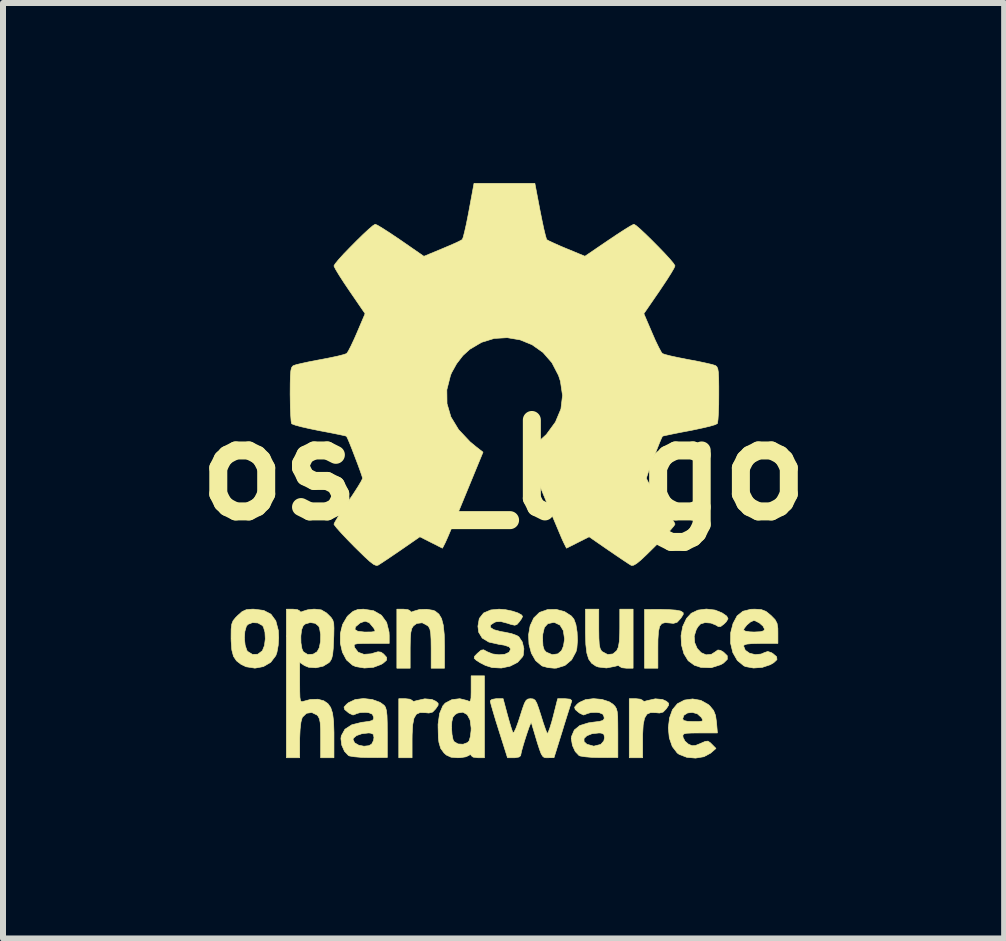
<source format=kicad_pcb>
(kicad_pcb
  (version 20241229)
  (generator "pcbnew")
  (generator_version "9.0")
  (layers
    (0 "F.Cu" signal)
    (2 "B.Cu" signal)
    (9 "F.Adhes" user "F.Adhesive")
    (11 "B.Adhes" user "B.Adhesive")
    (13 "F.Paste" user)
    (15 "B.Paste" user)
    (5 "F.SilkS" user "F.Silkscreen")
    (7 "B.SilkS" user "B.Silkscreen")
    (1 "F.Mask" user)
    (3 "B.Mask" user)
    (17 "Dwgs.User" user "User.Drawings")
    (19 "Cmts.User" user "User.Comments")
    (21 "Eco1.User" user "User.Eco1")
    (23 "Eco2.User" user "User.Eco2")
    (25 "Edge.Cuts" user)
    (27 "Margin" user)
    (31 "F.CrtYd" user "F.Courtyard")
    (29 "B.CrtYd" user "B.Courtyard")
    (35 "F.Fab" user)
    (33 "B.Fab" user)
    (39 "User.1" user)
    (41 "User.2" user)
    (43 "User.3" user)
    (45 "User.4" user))
  (footprint "osh_logo"
    (layer "F.Cu")
    (at 5.341 4.783)
    (property "Reference" "osh_logo" (at 0 0 0) (layer "F.SilkS") (effects (font (size 1.524 1.524) (thickness 0.3))))
    (attr through_hole)
    (fp_poly (pts (xy 2.758 2.326) (xy 2.871 2.334) (xy 2.945 2.348) (xy 2.959 2.353) (xy 2.994 2.377) (xy 2.994 2.407) (xy 2.957 2.465) (xy 2.949 2.475) (xy 2.892 2.537) (xy 2.831 2.555) (xy 2.774 2.549) (xy 2.694 2.542) (xy 2.638 2.557) (xy 2.602 2.603) (xy 2.582 2.689) (xy 2.573 2.824) (xy 2.572 2.957) (xy 2.572 3.302) (xy 2.349 3.302) (xy 2.349 2.323) (xy 2.625 2.322) (xy 2.758 2.326)) (stroke (width 0.01) (type solid)) (fill yes) (layer "F.SilkS"))
    (fp_poly (pts (xy -1.562 3.818) (xy -1.525 3.837) (xy -1.524 3.841) (xy -1.499 3.856) (xy -1.443 3.841) (xy -1.312 3.812) (xy -1.193 3.823) (xy -1.128 3.853) (xy -1.09 3.886) (xy -1.09 3.919) (xy -1.129 3.977) (xy -1.13 3.978) (xy -1.182 4.033) (xy -1.244 4.049) (xy -1.306 4.043) (xy -1.391 4.041) (xy -1.452 4.068) (xy -1.492 4.134) (xy -1.514 4.245) (xy -1.523 4.409) (xy -1.524 4.484) (xy -1.524 4.794) (xy -1.746 4.794) (xy -1.746 3.81) (xy -1.635 3.81) (xy -1.562 3.818)) (stroke (width 0.01) (type solid)) (fill yes) (layer "F.SilkS"))
    (fp_poly (pts (xy 2.28 3.818) (xy 2.317 3.837) (xy 2.318 3.841) (xy 2.343 3.856) (xy 2.399 3.841) (xy 2.529 3.812) (xy 2.649 3.823) (xy 2.714 3.853) (xy 2.751 3.886) (xy 2.751 3.919) (xy 2.713 3.977) (xy 2.712 3.978) (xy 2.659 4.033) (xy 2.598 4.049) (xy 2.536 4.043) (xy 2.451 4.041) (xy 2.39 4.068) (xy 2.35 4.134) (xy 2.327 4.245) (xy 2.318 4.409) (xy 2.318 4.484) (xy 2.318 4.794) (xy 2.095 4.794) (xy 2.095 3.81) (xy 2.207 3.81) (xy 2.28 3.818)) (stroke (width 0.01) (type solid)) (fill yes) (layer "F.SilkS"))
    (fp_poly (pts (xy 1.587 2.646) (xy 1.589 2.8) (xy 1.595 2.903) (xy 1.608 2.969) (xy 1.629 3.01) (xy 1.646 3.027) (xy 1.735 3.074) (xy 1.823 3.064) (xy 1.887 3.009) (xy 1.913 2.951) (xy 1.929 2.859) (xy 1.936 2.721) (xy 1.937 2.628) (xy 1.937 2.318) (xy 2.159 2.318) (xy 2.159 3.302) (xy 2.048 3.302) (xy 1.974 3.294) (xy 1.938 3.275) (xy 1.937 3.271) (xy 1.911 3.256) (xy 1.855 3.271) (xy 1.716 3.298) (xy 1.58 3.282) (xy 1.537 3.266) (xy 1.468 3.219) (xy 1.419 3.15) (xy 1.388 3.049) (xy 1.371 2.906) (xy 1.365 2.71) (xy 1.365 2.686) (xy 1.365 2.318) (xy 1.587 2.318) (xy 1.587 2.646)) (stroke (width 0.01) (type solid)) (fill yes) (layer "F.SilkS"))
    (fp_poly (pts (xy -1.593 2.326) (xy -1.557 2.346) (xy -1.556 2.351) (xy -1.536 2.367) (xy -1.494 2.351) (xy -1.401 2.324) (xy -1.283 2.32) (xy -1.175 2.337) (xy -1.141 2.35) (xy -1.078 2.4) (xy -1.033 2.475) (xy -1.004 2.586) (xy -0.988 2.741) (xy -0.984 2.935) (xy -0.984 3.302) (xy -1.206 3.302) (xy -1.206 2.974) (xy -1.208 2.82) (xy -1.214 2.717) (xy -1.227 2.651) (xy -1.248 2.61) (xy -1.265 2.593) (xy -1.355 2.545) (xy -1.447 2.556) (xy -1.503 2.598) (xy -1.529 2.64) (xy -1.545 2.706) (xy -1.553 2.809) (xy -1.556 2.962) (xy -1.556 2.979) (xy -1.556 3.302) (xy -1.778 3.302) (xy -1.778 2.318) (xy -1.667 2.318) (xy -1.593 2.326)) (stroke (width 0.01) (type solid)) (fill yes) (layer "F.SilkS"))
    (fp_poly (pts (xy 3.525 2.333) (xy 3.643 2.381) (xy 3.719 2.434) (xy 3.741 2.478) (xy 3.71 2.529) (xy 3.675 2.564) (xy 3.619 2.607) (xy 3.577 2.607) (xy 3.542 2.585) (xy 3.457 2.55) (xy 3.358 2.542) (xy 3.283 2.564) (xy 3.241 2.609) (xy 3.212 2.657) (xy 3.177 2.769) (xy 3.186 2.878) (xy 3.227 2.973) (xy 3.293 3.043) (xy 3.375 3.079) (xy 3.464 3.07) (xy 3.527 3.03) (xy 3.572 2.998) (xy 3.615 3.004) (xy 3.666 3.034) (xy 3.728 3.094) (xy 3.729 3.154) (xy 3.667 3.215) (xy 3.62 3.243) (xy 3.46 3.294) (xy 3.288 3.288) (xy 3.182 3.254) (xy 3.077 3.177) (xy 3.005 3.059) (xy 2.965 2.914) (xy 2.958 2.759) (xy 2.986 2.607) (xy 3.049 2.473) (xy 3.128 2.387) (xy 3.239 2.334) (xy 3.38 2.316) (xy 3.525 2.333)) (stroke (width 0.01) (type solid)) (fill yes) (layer "F.SilkS"))
    (fp_poly (pts (xy 1.017 2.359) (xy 1.131 2.433) (xy 1.173 2.485) (xy 1.206 2.575) (xy 1.226 2.701) (xy 1.232 2.841) (xy 1.222 2.968) (xy 1.208 3.026) (xy 1.134 3.163) (xy 1.022 3.257) (xy 0.883 3.3) (xy 0.847 3.302) (xy 0.742 3.292) (xy 0.652 3.268) (xy 0.638 3.262) (xy 0.535 3.176) (xy 0.464 3.052) (xy 0.424 2.903) (xy 0.42 2.817) (xy 0.651 2.817) (xy 0.657 2.93) (xy 0.678 2.997) (xy 0.713 3.035) (xy 0.811 3.076) (xy 0.904 3.063) (xy 0.967 3.009) (xy 0.999 2.931) (xy 1.015 2.829) (xy 1.016 2.81) (xy 0.996 2.675) (xy 0.941 2.584) (xy 0.854 2.542) (xy 0.828 2.54) (xy 0.738 2.56) (xy 0.681 2.622) (xy 0.654 2.735) (xy 0.651 2.817) (xy 0.42 2.817) (xy 0.417 2.746) (xy 0.443 2.595) (xy 0.503 2.466) (xy 0.597 2.374) (xy 0.6 2.372) (xy 0.733 2.325) (xy 0.878 2.322) (xy 1.017 2.359)) (stroke (width 0.01) (type solid)) (fill yes) (layer "F.SilkS"))
    (fp_poly (pts (xy -3.996 2.339) (xy -3.875 2.403) (xy -3.795 2.513) (xy -3.753 2.672) (xy -3.747 2.796) (xy -3.755 2.922) (xy -3.776 3.037) (xy -3.795 3.092) (xy -3.88 3.204) (xy -4.002 3.275) (xy -4.143 3.301) (xy -4.29 3.278) (xy -4.374 3.238) (xy -4.45 3.179) (xy -4.5 3.104) (xy -4.528 2.999) (xy -4.539 2.851) (xy -4.54 2.805) (xy -4.318 2.805) (xy -4.306 2.919) (xy -4.277 3.005) (xy -4.265 3.022) (xy -4.184 3.072) (xy -4.095 3.069) (xy -4.02 3.012) (xy -4.018 3.009) (xy -3.984 2.924) (xy -3.97 2.813) (xy -3.976 2.7) (xy -4.002 2.613) (xy -4.019 2.59) (xy -4.094 2.548) (xy -4.183 2.542) (xy -4.258 2.571) (xy -4.285 2.601) (xy -4.311 2.691) (xy -4.318 2.805) (xy -4.54 2.805) (xy -4.54 2.773) (xy -4.539 2.649) (xy -4.529 2.568) (xy -4.507 2.511) (xy -4.464 2.458) (xy -4.432 2.426) (xy -4.357 2.359) (xy -4.287 2.327) (xy -4.191 2.318) (xy -4.161 2.318) (xy -3.996 2.339)) (stroke (width 0.01) (type solid)) (fill yes) (layer "F.SilkS"))
    (fp_poly (pts (xy -0.318 4.794) (xy -0.429 4.794) (xy -0.506 4.784) (xy -0.539 4.759) (xy -0.54 4.756) (xy -0.549 4.734) (xy -0.578 4.756) (xy -0.631 4.779) (xy -0.72 4.793) (xy -0.764 4.794) (xy -0.875 4.785) (xy -0.953 4.749) (xy -0.992 4.714) (xy -1.047 4.639) (xy -1.077 4.537) (xy -1.086 4.462) (xy -1.09 4.296) (xy -0.866 4.296) (xy -0.859 4.404) (xy -0.842 4.49) (xy -0.826 4.524) (xy -0.759 4.564) (xy -0.674 4.569) (xy -0.599 4.541) (xy -0.573 4.511) (xy -0.553 4.442) (xy -0.541 4.342) (xy -0.54 4.299) (xy -0.557 4.166) (xy -0.605 4.076) (xy -0.677 4.035) (xy -0.765 4.049) (xy -0.808 4.075) (xy -0.844 4.119) (xy -0.862 4.195) (xy -0.866 4.296) (xy -1.09 4.296) (xy -1.091 4.237) (xy -1.066 4.058) (xy -1.012 3.93) (xy -0.972 3.884) (xy -0.861 3.826) (xy -0.729 3.81) (xy -0.607 3.84) (xy -0.601 3.843) (xy -0.569 3.856) (xy -0.551 3.844) (xy -0.542 3.796) (xy -0.54 3.7) (xy -0.54 3.652) (xy -0.54 3.429) (xy -0.318 3.429) (xy -0.318 4.794)) (stroke (width 0.01) (type solid)) (fill yes) (layer "F.SilkS"))
    (fp_poly (pts (xy -2.165 2.344) (xy -2.035 2.419) (xy -1.948 2.539) (xy -1.908 2.7) (xy -1.905 2.759) (xy -1.905 2.889) (xy -2.206 2.889) (xy -2.345 2.89) (xy -2.431 2.893) (xy -2.476 2.902) (xy -2.49 2.92) (xy -2.484 2.95) (xy -2.48 2.961) (xy -2.422 3.036) (xy -2.326 3.071) (xy -2.206 3.062) (xy -2.172 3.051) (xy -2.092 3.028) (xy -2.041 3.035) (xy -1.998 3.066) (xy -1.948 3.122) (xy -1.948 3.166) (xy -2.001 3.214) (xy -2.04 3.239) (xy -2.168 3.287) (xy -2.319 3.299) (xy -2.462 3.275) (xy -2.516 3.252) (xy -2.617 3.164) (xy -2.685 3.036) (xy -2.72 2.884) (xy -2.719 2.725) (xy -2.703 2.657) (xy -2.477 2.657) (xy -2.428 2.687) (xy -2.319 2.699) (xy -2.298 2.699) (xy -2.198 2.698) (xy -2.149 2.69) (xy -2.142 2.671) (xy -2.163 2.633) (xy -2.166 2.629) (xy -2.237 2.544) (xy -2.307 2.518) (xy -2.386 2.546) (xy -2.394 2.551) (xy -2.466 2.611) (xy -2.477 2.657) (xy -2.703 2.657) (xy -2.682 2.573) (xy -2.607 2.444) (xy -2.586 2.421) (xy -2.507 2.354) (xy -2.429 2.324) (xy -2.334 2.318) (xy -2.165 2.344)) (stroke (width 0.01) (type solid)) (fill yes) (layer "F.SilkS"))
    (fp_poly (pts (xy 3.288 3.838) (xy 3.412 3.907) (xy 3.438 3.931) (xy 3.5 4.006) (xy 3.533 4.089) (xy 3.549 4.205) (xy 3.564 4.381) (xy 3.272 4.381) (xy 3.135 4.382) (xy 3.05 4.386) (xy 3.005 4.397) (xy 2.989 4.416) (xy 2.99 4.448) (xy 2.99 4.452) (xy 3.024 4.518) (xy 3.081 4.568) (xy 3.141 4.593) (xy 3.198 4.59) (xy 3.28 4.557) (xy 3.282 4.556) (xy 3.36 4.522) (xy 3.406 4.517) (xy 3.446 4.544) (xy 3.471 4.569) (xy 3.54 4.639) (xy 3.451 4.717) (xy 3.339 4.777) (xy 3.199 4.8) (xy 3.054 4.787) (xy 2.927 4.738) (xy 2.894 4.714) (xy 2.812 4.607) (xy 2.762 4.462) (xy 2.746 4.296) (xy 2.764 4.147) (xy 2.985 4.147) (xy 3.004 4.174) (xy 3.07 4.188) (xy 3.163 4.191) (xy 3.263 4.19) (xy 3.312 4.183) (xy 3.319 4.163) (xy 3.298 4.124) (xy 3.294 4.12) (xy 3.23 4.062) (xy 3.147 4.039) (xy 3.066 4.048) (xy 3.005 4.087) (xy 2.985 4.147) (xy 2.764 4.147) (xy 2.767 4.127) (xy 2.815 3.993) (xy 2.898 3.893) (xy 3.015 3.833) (xy 3.15 3.814) (xy 3.288 3.838)) (stroke (width 0.01) (type solid)) (fill yes) (layer "F.SilkS"))
    (fp_poly (pts (xy 4.295 2.325) (xy 4.373 2.355) (xy 4.454 2.421) (xy 4.459 2.425) (xy 4.525 2.493) (xy 4.558 2.555) (xy 4.571 2.636) (xy 4.572 2.71) (xy 4.572 2.889) (xy 4.286 2.889) (xy 4.143 2.892) (xy 4.054 2.9) (xy 4.01 2.915) (xy 4 2.932) (xy 4.028 3.002) (xy 4.099 3.052) (xy 4.193 3.075) (xy 4.292 3.066) (xy 4.347 3.042) (xy 4.403 3.023) (xy 4.466 3.044) (xy 4.491 3.06) (xy 4.551 3.112) (xy 4.556 3.159) (xy 4.502 3.21) (xy 4.444 3.244) (xy 4.312 3.288) (xy 4.166 3.299) (xy 4.033 3.275) (xy 4.004 3.262) (xy 3.896 3.173) (xy 3.821 3.042) (xy 3.783 2.883) (xy 3.785 2.711) (xy 3.796 2.667) (xy 4 2.667) (xy 4.029 2.684) (xy 4.103 2.696) (xy 4.175 2.699) (xy 4.282 2.694) (xy 4.336 2.678) (xy 4.35 2.653) (xy 4.324 2.601) (xy 4.264 2.548) (xy 4.195 2.513) (xy 4.168 2.508) (xy 4.116 2.531) (xy 4.055 2.582) (xy 4.01 2.639) (xy 4 2.667) (xy 3.796 2.667) (xy 3.824 2.558) (xy 3.892 2.43) (xy 3.988 2.353) (xy 4.121 2.32) (xy 4.188 2.318) (xy 4.295 2.325)) (stroke (width 0.01) (type solid)) (fill yes) (layer "F.SilkS"))
    (fp_poly (pts (xy -2.186 3.824) (xy -2.056 3.872) (xy -1.989 3.921) (xy -1.967 3.953) (xy -1.952 4.006) (xy -1.942 4.09) (xy -1.938 4.216) (xy -1.937 4.382) (xy -1.937 4.79) (xy -2.23 4.791) (xy -2.367 4.788) (xy -2.484 4.778) (xy -2.564 4.765) (xy -2.583 4.758) (xy -2.65 4.688) (xy -2.696 4.584) (xy -2.708 4.49) (xy -2.508 4.49) (xy -2.481 4.546) (xy -2.413 4.585) (xy -2.326 4.602) (xy -2.243 4.593) (xy -2.197 4.566) (xy -2.166 4.505) (xy -2.159 4.455) (xy -2.171 4.402) (xy -2.219 4.383) (xy -2.252 4.381) (xy -2.362 4.394) (xy -2.451 4.425) (xy -2.502 4.469) (xy -2.508 4.49) (xy -2.708 4.49) (xy -2.71 4.473) (xy -2.703 4.428) (xy -2.643 4.319) (xy -2.529 4.245) (xy -2.361 4.203) (xy -2.338 4.201) (xy -2.235 4.187) (xy -2.182 4.171) (xy -2.164 4.143) (xy -2.165 4.115) (xy -2.187 4.068) (xy -2.245 4.044) (xy -2.296 4.038) (xy -2.387 4.041) (xy -2.454 4.06) (xy -2.461 4.065) (xy -2.508 4.082) (xy -2.569 4.054) (xy -2.585 4.043) (xy -2.648 3.99) (xy -2.658 3.95) (xy -2.615 3.902) (xy -2.583 3.876) (xy -2.472 3.824) (xy -2.332 3.807) (xy -2.186 3.824)) (stroke (width 0.01) (type solid)) (fill yes) (layer "F.SilkS"))
    (fp_poly (pts (xy 0.034 2.327) (xy 0.145 2.35) (xy 0.24 2.381) (xy 0.302 2.416) (xy 0.317 2.44) (xy 0.299 2.478) (xy 0.261 2.531) (xy 0.224 2.573) (xy 0.187 2.586) (xy 0.126 2.573) (xy 0.065 2.553) (xy -0.045 2.524) (xy -0.123 2.528) (xy -0.149 2.537) (xy -0.216 2.581) (xy -0.22 2.622) (xy -0.165 2.659) (xy -0.052 2.69) (xy 0.026 2.703) (xy 0.134 2.726) (xy 0.224 2.759) (xy 0.256 2.78) (xy 0.313 2.866) (xy 0.339 2.978) (xy 0.329 3.084) (xy 0.318 3.11) (xy 0.235 3.204) (xy 0.11 3.268) (xy -0.037 3.299) (xy -0.191 3.291) (xy -0.302 3.256) (xy -0.388 3.212) (xy -0.454 3.17) (xy -0.489 3.137) (xy -0.484 3.105) (xy -0.436 3.055) (xy -0.431 3.051) (xy -0.374 3.002) (xy -0.332 2.995) (xy -0.275 3.026) (xy -0.272 3.028) (xy -0.183 3.064) (xy -0.076 3.078) (xy 0.023 3.069) (xy 0.091 3.037) (xy 0.094 3.034) (xy 0.119 2.983) (xy 0.093 2.945) (xy 0.011 2.918) (xy -0.083 2.903) (xy -0.246 2.866) (xy -0.355 2.8) (xy -0.414 2.703) (xy -0.427 2.603) (xy -0.404 2.473) (xy -0.332 2.382) (xy -0.212 2.331) (xy -0.074 2.318) (xy 0.034 2.327)) (stroke (width 0.01) (type solid)) (fill yes) (layer "F.SilkS"))
    (fp_poly (pts (xy 1.64 3.822) (xy 1.764 3.863) (xy 1.825 3.904) (xy 1.858 3.938) (xy 1.88 3.975) (xy 1.894 4.026) (xy 1.902 4.104) (xy 1.904 4.222) (xy 1.905 4.385) (xy 1.905 4.79) (xy 1.611 4.791) (xy 1.475 4.788) (xy 1.358 4.778) (xy 1.278 4.765) (xy 1.259 4.758) (xy 1.195 4.691) (xy 1.148 4.589) (xy 1.13 4.481) (xy 1.13 4.474) (xy 1.341 4.474) (xy 1.342 4.526) (xy 1.389 4.569) (xy 1.503 4.601) (xy 1.62 4.572) (xy 1.621 4.571) (xy 1.671 4.514) (xy 1.683 4.46) (xy 1.672 4.403) (xy 1.627 4.383) (xy 1.59 4.381) (xy 1.473 4.394) (xy 1.388 4.428) (xy 1.341 4.474) (xy 1.13 4.474) (xy 1.133 4.44) (xy 1.179 4.332) (xy 1.271 4.257) (xy 1.414 4.213) (xy 1.488 4.202) (xy 1.596 4.189) (xy 1.654 4.173) (xy 1.676 4.148) (xy 1.676 4.115) (xy 1.655 4.068) (xy 1.597 4.044) (xy 1.546 4.038) (xy 1.455 4.041) (xy 1.388 4.06) (xy 1.38 4.065) (xy 1.334 4.082) (xy 1.273 4.054) (xy 1.257 4.043) (xy 1.195 3.991) (xy 1.184 3.951) (xy 1.225 3.903) (xy 1.262 3.873) (xy 1.365 3.826) (xy 1.499 3.809) (xy 1.64 3.822)) (stroke (width 0.01) (type solid)) (fill yes) (layer "F.SilkS"))
    (fp_poly (pts (xy 0.063 4.072) (xy 0.098 4.197) (xy 0.129 4.3) (xy 0.152 4.365) (xy 0.156 4.375) (xy 0.175 4.366) (xy 0.206 4.304) (xy 0.246 4.195) (xy 0.272 4.114) (xy 0.316 3.976) (xy 0.348 3.887) (xy 0.376 3.838) (xy 0.406 3.816) (xy 0.445 3.81) (xy 0.451 3.81) (xy 0.493 3.814) (xy 0.525 3.834) (xy 0.553 3.882) (xy 0.585 3.969) (xy 0.623 4.088) (xy 0.662 4.213) (xy 0.697 4.314) (xy 0.722 4.377) (xy 0.728 4.389) (xy 0.744 4.371) (xy 0.77 4.303) (xy 0.803 4.197) (xy 0.826 4.111) (xy 0.902 3.81) (xy 1.026 3.81) (xy 1.111 3.818) (xy 1.137 3.842) (xy 1.136 3.85) (xy 1.122 3.893) (xy 1.093 3.985) (xy 1.052 4.114) (xy 1.004 4.268) (xy 0.982 4.341) (xy 0.841 4.793) (xy 0.74 4.794) (xy 0.704 4.794) (xy 0.676 4.788) (xy 0.652 4.769) (xy 0.627 4.728) (xy 0.6 4.657) (xy 0.565 4.549) (xy 0.519 4.395) (xy 0.463 4.207) (xy 0.452 4.222) (xy 0.427 4.282) (xy 0.395 4.374) (xy 0.36 4.481) (xy 0.327 4.589) (xy 0.301 4.682) (xy 0.287 4.746) (xy 0.286 4.759) (xy 0.258 4.782) (xy 0.189 4.794) (xy 0.176 4.794) (xy 0.066 4.794) (xy -0.078 4.339) (xy -0.129 4.177) (xy -0.171 4.036) (xy -0.203 3.926) (xy -0.22 3.86) (xy -0.222 3.847) (xy -0.194 3.822) (xy -0.124 3.81) (xy -0.115 3.81) (xy -0.007 3.81) (xy 0.063 4.072)) (stroke (width 0.01) (type solid)) (fill yes) (layer "F.SilkS"))
    (fp_poly (pts (xy -3.435 2.326) (xy -3.398 2.346) (xy -3.397 2.351) (xy -3.378 2.367) (xy -3.336 2.351) (xy -3.265 2.329) (xy -3.167 2.318) (xy -3.143 2.318) (xy -3.037 2.33) (xy -2.953 2.379) (xy -2.916 2.414) (xy -2.872 2.459) (xy -2.845 2.501) (xy -2.83 2.553) (xy -2.826 2.633) (xy -2.828 2.753) (xy -2.831 2.825) (xy -2.838 2.976) (xy -2.848 3.077) (xy -2.865 3.144) (xy -2.891 3.189) (xy -2.908 3.208) (xy -3.005 3.268) (xy -3.128 3.295) (xy -3.249 3.286) (xy -3.317 3.258) (xy -3.397 3.205) (xy -3.397 3.543) (xy -3.396 3.692) (xy -3.393 3.788) (xy -3.384 3.841) (xy -3.37 3.861) (xy -3.347 3.858) (xy -3.342 3.856) (xy -3.219 3.823) (xy -3.093 3.819) (xy -2.995 3.845) (xy -2.927 3.892) (xy -2.88 3.958) (xy -2.849 4.053) (xy -2.832 4.187) (xy -2.826 4.372) (xy -2.826 4.428) (xy -2.826 4.794) (xy -3.048 4.794) (xy -3.048 4.466) (xy -3.049 4.313) (xy -3.055 4.211) (xy -3.068 4.146) (xy -3.089 4.104) (xy -3.109 4.082) (xy -3.195 4.04) (xy -3.283 4.053) (xy -3.351 4.118) (xy -3.356 4.128) (xy -3.376 4.2) (xy -3.39 4.32) (xy -3.397 4.469) (xy -3.397 4.501) (xy -3.397 4.794) (xy -3.619 4.794) (xy -3.619 2.766) (xy -3.378 2.766) (xy -3.376 2.88) (xy -3.359 2.979) (xy -3.336 3.029) (xy -3.263 3.074) (xy -3.173 3.068) (xy -3.106 3.027) (xy -3.07 2.96) (xy -3.05 2.856) (xy -3.048 2.74) (xy -3.066 2.636) (xy -3.081 2.601) (xy -3.138 2.554) (xy -3.221 2.541) (xy -3.303 2.564) (xy -3.338 2.593) (xy -3.365 2.661) (xy -3.378 2.766) (xy -3.619 2.766) (xy -3.619 2.318) (xy -3.508 2.318) (xy -3.435 2.326)) (stroke (width 0.01) (type solid)) (fill yes) (layer "F.SilkS"))
    (fp_poly (pts (xy 0.609 -4.321) (xy 0.642 -4.157) (xy 0.672 -4.016) (xy 0.698 -3.909) (xy 0.716 -3.848) (xy 0.721 -3.839) (xy 0.759 -3.818) (xy 0.843 -3.779) (xy 0.958 -3.728) (xy 1.051 -3.689) (xy 1.356 -3.563) (xy 1.747 -3.829) (xy 1.887 -3.923) (xy 2.009 -4.002) (xy 2.104 -4.061) (xy 2.162 -4.092) (xy 2.173 -4.096) (xy 2.209 -4.074) (xy 2.278 -4.015) (xy 2.37 -3.929) (xy 2.475 -3.826) (xy 2.584 -3.716) (xy 2.687 -3.609) (xy 2.773 -3.515) (xy 2.833 -3.443) (xy 2.857 -3.404) (xy 2.857 -3.403) (xy 2.84 -3.363) (xy 2.793 -3.282) (xy 2.722 -3.17) (xy 2.634 -3.038) (xy 2.598 -2.984) (xy 2.338 -2.606) (xy 2.474 -2.289) (xy 2.532 -2.156) (xy 2.586 -2.045) (xy 2.627 -1.969) (xy 2.646 -1.942) (xy 2.69 -1.926) (xy 2.783 -1.902) (xy 2.913 -1.874) (xy 3.065 -1.844) (xy 3.08 -1.841) (xy 3.236 -1.812) (xy 3.372 -1.783) (xy 3.475 -1.759) (xy 3.53 -1.742) (xy 3.532 -1.741) (xy 3.554 -1.723) (xy 3.57 -1.689) (xy 3.58 -1.629) (xy 3.585 -1.532) (xy 3.587 -1.39) (xy 3.587 -1.261) (xy 3.586 -1.096) (xy 3.581 -0.953) (xy 3.574 -0.845) (xy 3.566 -0.783) (xy 3.563 -0.775) (xy 3.525 -0.756) (xy 3.437 -0.73) (xy 3.309 -0.7) (xy 3.155 -0.667) (xy 3.099 -0.656) (xy 2.94 -0.626) (xy 2.806 -0.599) (xy 2.707 -0.578) (xy 2.654 -0.566) (xy 2.649 -0.564) (xy 2.631 -0.528) (xy 2.597 -0.448) (xy 2.553 -0.337) (xy 2.504 -0.212) (xy 2.457 -0.087) (xy 2.417 0.023) (xy 2.39 0.103) (xy 2.381 0.137) (xy 2.398 0.177) (xy 2.445 0.257) (xy 2.516 0.368) (xy 2.602 0.497) (xy 2.619 0.523) (xy 2.708 0.654) (xy 2.781 0.767) (xy 2.833 0.852) (xy 2.857 0.899) (xy 2.857 0.902) (xy 2.836 0.935) (xy 2.777 1.004) (xy 2.689 1.1) (xy 2.579 1.215) (xy 2.519 1.276) (xy 2.384 1.409) (xy 2.285 1.502) (xy 2.215 1.559) (xy 2.167 1.586) (xy 2.134 1.59) (xy 2.124 1.586) (xy 2.076 1.556) (xy 1.99 1.499) (xy 1.876 1.422) (xy 1.747 1.334) (xy 1.426 1.112) (xy 1.049 1.302) (xy 1.005 1.214) (xy 0.98 1.161) (xy 0.936 1.058) (xy 0.876 0.915) (xy 0.803 0.742) (xy 0.722 0.547) (xy 0.667 0.414) (xy 0.375 -0.299) (xy 0.497 -0.395) (xy 0.713 -0.592) (xy 0.865 -0.8) (xy 0.956 -1.017) (xy 0.983 -1.243) (xy 0.948 -1.48) (xy 0.916 -1.577) (xy 0.806 -1.789) (xy 0.657 -1.96) (xy 0.476 -2.088) (xy 0.275 -2.17) (xy 0.061 -2.206) (xy -0.156 -2.193) (xy -0.367 -2.128) (xy -0.563 -2.012) (xy -0.677 -1.908) (xy -0.782 -1.772) (xy -0.867 -1.619) (xy -0.884 -1.577) (xy -0.945 -1.337) (xy -0.942 -1.106) (xy -0.877 -0.885) (xy -0.749 -0.674) (xy -0.559 -0.472) (xy -0.465 -0.394) (xy -0.342 -0.298) (xy -0.635 0.414) (xy -0.719 0.618) (xy -0.798 0.807) (xy -0.867 0.97) (xy -0.922 1.1) (xy -0.96 1.186) (xy -0.973 1.214) (xy -1.018 1.302) (xy -1.394 1.112) (xy -1.715 1.334) (xy -1.844 1.422) (xy -1.958 1.499) (xy -2.045 1.556) (xy -2.092 1.586) (xy -2.121 1.59) (xy -2.163 1.573) (xy -2.223 1.528) (xy -2.31 1.449) (xy -2.43 1.332) (xy -2.487 1.276) (xy -2.605 1.155) (xy -2.705 1.049) (xy -2.78 0.965) (xy -2.82 0.913) (xy -2.826 0.902) (xy -2.809 0.865) (xy -2.762 0.786) (xy -2.692 0.678) (xy -2.606 0.549) (xy -2.588 0.523) (xy -2.499 0.391) (xy -2.425 0.276) (xy -2.373 0.189) (xy -2.35 0.141) (xy -2.349 0.137) (xy -2.36 0.097) (xy -2.389 0.013) (xy -2.43 -0.099) (xy -2.478 -0.225) (xy -2.526 -0.35) (xy -2.569 -0.458) (xy -2.602 -0.534) (xy -2.618 -0.564) (xy -2.65 -0.573) (xy -2.734 -0.591) (xy -2.857 -0.616) (xy -3.008 -0.645) (xy -3.067 -0.656) (xy -3.228 -0.689) (xy -3.365 -0.72) (xy -3.469 -0.748) (xy -3.525 -0.769) (xy -3.532 -0.775) (xy -3.54 -0.818) (xy -3.547 -0.912) (xy -3.553 -1.044) (xy -3.555 -1.203) (xy -3.556 -1.261) (xy -3.555 -1.441) (xy -3.552 -1.568) (xy -3.545 -1.652) (xy -3.534 -1.702) (xy -3.516 -1.73) (xy -3.5 -1.741) (xy -3.449 -1.758) (xy -3.349 -1.781) (xy -3.214 -1.81) (xy -3.06 -1.839) (xy -3.048 -1.841) (xy -2.894 -1.871) (xy -2.762 -1.899) (xy -2.665 -1.924) (xy -2.616 -1.941) (xy -2.614 -1.942) (xy -2.587 -1.982) (xy -2.543 -2.067) (xy -2.488 -2.184) (xy -2.442 -2.289) (xy -2.307 -2.606) (xy -2.566 -2.984) (xy -2.659 -3.122) (xy -2.737 -3.243) (xy -2.794 -3.337) (xy -2.823 -3.393) (xy -2.826 -3.403) (xy -2.804 -3.44) (xy -2.746 -3.51) (xy -2.661 -3.604) (xy -2.558 -3.71) (xy -2.449 -3.82) (xy -2.343 -3.924) (xy -2.249 -4.011) (xy -2.178 -4.072) (xy -2.139 -4.096) (xy -2.138 -4.096) (xy -2.099 -4.079) (xy -2.019 -4.031) (xy -1.908 -3.96) (xy -1.775 -3.871) (xy -1.713 -3.829) (xy -1.327 -3.562) (xy -1.021 -3.689) (xy -0.891 -3.744) (xy -0.782 -3.792) (xy -0.71 -3.828) (xy -0.687 -3.842) (xy -0.672 -3.881) (xy -0.649 -3.971) (xy -0.62 -4.099) (xy -0.589 -4.255) (xy -0.576 -4.323) (xy -0.492 -4.778) (xy 0.522 -4.778) (xy 0.609 -4.321)) (stroke (width 0.01) (type solid)) (fill yes) (layer "F.SilkS")))
  (gr_rect
    (start -3 -3)
    (end 13.683 12.589)
    (stroke (width 0.1) (type default))
    (fill no)
    (layer "Edge.Cuts")))
</source>
